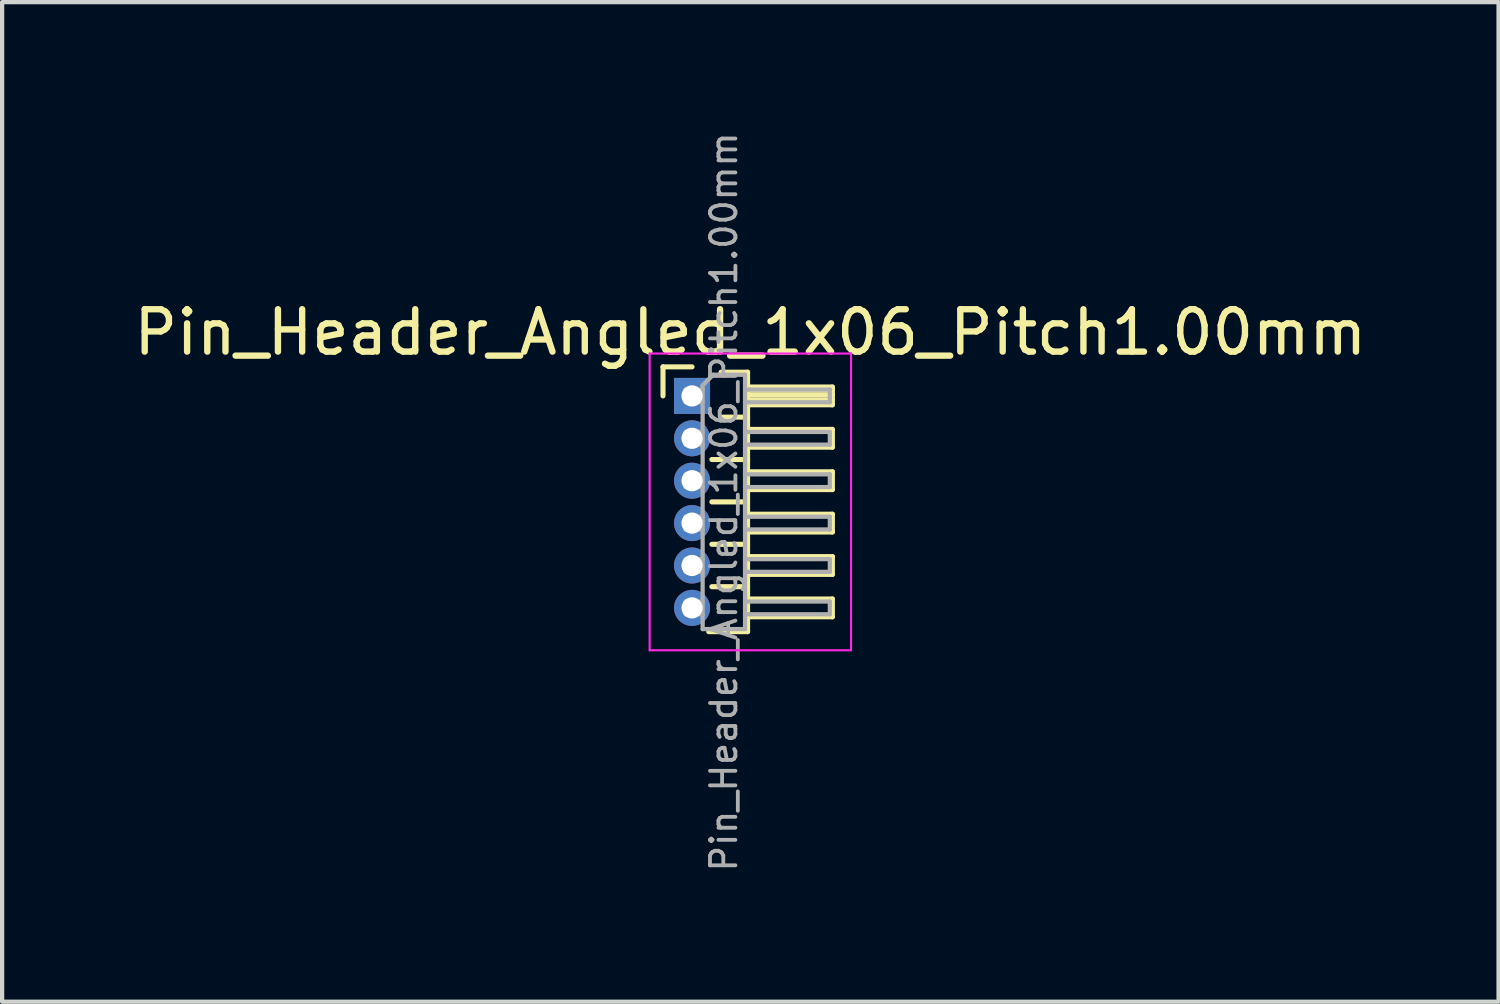
<source format=kicad_pcb>
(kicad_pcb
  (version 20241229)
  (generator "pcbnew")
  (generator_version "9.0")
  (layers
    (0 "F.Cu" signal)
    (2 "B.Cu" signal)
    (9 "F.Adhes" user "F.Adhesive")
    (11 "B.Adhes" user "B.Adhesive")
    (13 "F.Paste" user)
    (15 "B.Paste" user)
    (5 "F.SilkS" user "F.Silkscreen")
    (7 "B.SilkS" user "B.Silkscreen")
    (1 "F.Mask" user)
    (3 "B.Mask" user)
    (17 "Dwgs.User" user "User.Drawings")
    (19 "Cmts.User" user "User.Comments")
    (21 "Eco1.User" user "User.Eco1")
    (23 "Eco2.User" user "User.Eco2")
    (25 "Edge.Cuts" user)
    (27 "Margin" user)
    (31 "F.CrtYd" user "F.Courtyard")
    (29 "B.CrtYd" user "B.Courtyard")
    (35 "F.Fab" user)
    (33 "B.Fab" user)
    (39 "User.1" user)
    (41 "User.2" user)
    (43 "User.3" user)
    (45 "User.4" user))
  (footprint "Pin_Header_Angled_1x06_Pitch1.00mm"
    (layer "F.Cu")
    (at 13.274 6.289)
    (property "Reference" "Pin_Header_Angled_1x06_Pitch1.00mm" (at 1.375 -1.5 0) (layer "F.SilkS") (effects (font (size 1 1) (thickness 0.15))))
    (attr through_hole)
    (fp_line (start -0.685 -0.685) (end 0 -0.685) (stroke (width 0.12) (type solid)) (layer "F.SilkS"))
    (fp_line (start -0.685 0) (end -0.685 -0.685) (stroke (width 0.12) (type solid)) (layer "F.SilkS"))
    (fp_line (start 0.468 1.5) (end 1.31 1.5) (stroke (width 0.12) (type solid)) (layer "F.SilkS"))
    (fp_line (start 0.468 2.5) (end 1.31 2.5) (stroke (width 0.12) (type solid)) (layer "F.SilkS"))
    (fp_line (start 0.468 3.5) (end 1.31 3.5) (stroke (width 0.12) (type solid)) (layer "F.SilkS"))
    (fp_line (start 0.468 4.5) (end 1.31 4.5) (stroke (width 0.12) (type solid)) (layer "F.SilkS"))
    (fp_line (start 0.685 -0.56) (end 1.31 -0.56) (stroke (width 0.12) (type solid)) (layer "F.SilkS"))
    (fp_line (start 0.685 0.5) (end 1.31 0.5) (stroke (width 0.12) (type solid)) (layer "F.SilkS"))
    (fp_line (start 1.31 -0.56) (end 1.31 5.56) (stroke (width 0.12) (type solid)) (layer "F.SilkS"))
    (fp_line (start 1.31 -0.21) (end 3.31 -0.21) (stroke (width 0.12) (type solid)) (layer "F.SilkS"))
    (fp_line (start 1.31 -0.15) (end 3.31 -0.15) (stroke (width 0.12) (type solid)) (layer "F.SilkS"))
    (fp_line (start 1.31 -0.03) (end 3.31 -0.03) (stroke (width 0.12) (type solid)) (layer "F.SilkS"))
    (fp_line (start 1.31 0.09) (end 3.31 0.09) (stroke (width 0.12) (type solid)) (layer "F.SilkS"))
    (fp_line (start 1.31 0.79) (end 3.31 0.79) (stroke (width 0.12) (type solid)) (layer "F.SilkS"))
    (fp_line (start 1.31 1.79) (end 3.31 1.79) (stroke (width 0.12) (type solid)) (layer "F.SilkS"))
    (fp_line (start 1.31 2.79) (end 3.31 2.79) (stroke (width 0.12) (type solid)) (layer "F.SilkS"))
    (fp_line (start 1.31 3.79) (end 3.31 3.79) (stroke (width 0.12) (type solid)) (layer "F.SilkS"))
    (fp_line (start 1.31 4.79) (end 3.31 4.79) (stroke (width 0.12) (type solid)) (layer "F.SilkS"))
    (fp_line (start 1.31 5.56) (end 0.394 5.56) (stroke (width 0.12) (type solid)) (layer "F.SilkS"))
    (fp_line (start 3.31 -0.21) (end 3.31 0.21) (stroke (width 0.12) (type solid)) (layer "F.SilkS"))
    (fp_line (start 3.31 0.21) (end 1.31 0.21) (stroke (width 0.12) (type solid)) (layer "F.SilkS"))
    (fp_line (start 3.31 0.79) (end 3.31 1.21) (stroke (width 0.12) (type solid)) (layer "F.SilkS"))
    (fp_line (start 3.31 1.21) (end 1.31 1.21) (stroke (width 0.12) (type solid)) (layer "F.SilkS"))
    (fp_line (start 3.31 1.79) (end 3.31 2.21) (stroke (width 0.12) (type solid)) (layer "F.SilkS"))
    (fp_line (start 3.31 2.21) (end 1.31 2.21) (stroke (width 0.12) (type solid)) (layer "F.SilkS"))
    (fp_line (start 3.31 2.79) (end 3.31 3.21) (stroke (width 0.12) (type solid)) (layer "F.SilkS"))
    (fp_line (start 3.31 3.21) (end 1.31 3.21) (stroke (width 0.12) (type solid)) (layer "F.SilkS"))
    (fp_line (start 3.31 3.79) (end 3.31 4.21) (stroke (width 0.12) (type solid)) (layer "F.SilkS"))
    (fp_line (start 3.31 4.21) (end 1.31 4.21) (stroke (width 0.12) (type solid)) (layer "F.SilkS"))
    (fp_line (start 3.31 4.79) (end 3.31 5.21) (stroke (width 0.12) (type solid)) (layer "F.SilkS"))
    (fp_line (start 3.31 5.21) (end 1.31 5.21) (stroke (width 0.12) (type solid)) (layer "F.SilkS"))
    (fp_line (start -1 -1) (end -1 6) (stroke (width 0.05) (type solid)) (layer "F.CrtYd"))
    (fp_line (start -1 6) (end 3.75 6) (stroke (width 0.05) (type solid)) (layer "F.CrtYd"))
    (fp_line (start 3.75 -1) (end -1 -1) (stroke (width 0.05) (type solid)) (layer "F.CrtYd"))
    (fp_line (start 3.75 6) (end 3.75 -1) (stroke (width 0.05) (type solid)) (layer "F.CrtYd"))
    (fp_line (start -0.15 -0.15) (end -0.15 0.15) (stroke (width 0.1) (type solid)) (layer "F.Fab"))
    (fp_line (start -0.15 -0.15) (end 0.25 -0.15) (stroke (width 0.1) (type solid)) (layer "F.Fab"))
    (fp_line (start -0.15 0.15) (end 0.25 0.15) (stroke (width 0.1) (type solid)) (layer "F.Fab"))
    (fp_line (start -0.15 0.85) (end -0.15 1.15) (stroke (width 0.1) (type solid)) (layer "F.Fab"))
    (fp_line (start -0.15 0.85) (end 0.25 0.85) (stroke (width 0.1) (type solid)) (layer "F.Fab"))
    (fp_line (start -0.15 1.15) (end 0.25 1.15) (stroke (width 0.1) (type solid)) (layer "F.Fab"))
    (fp_line (start -0.15 1.85) (end -0.15 2.15) (stroke (width 0.1) (type solid)) (layer "F.Fab"))
    (fp_line (start -0.15 1.85) (end 0.25 1.85) (stroke (width 0.1) (type solid)) (layer "F.Fab"))
    (fp_line (start -0.15 2.15) (end 0.25 2.15) (stroke (width 0.1) (type solid)) (layer "F.Fab"))
    (fp_line (start -0.15 2.85) (end -0.15 3.15) (stroke (width 0.1) (type solid)) (layer "F.Fab"))
    (fp_line (start -0.15 2.85) (end 0.25 2.85) (stroke (width 0.1) (type solid)) (layer "F.Fab"))
    (fp_line (start -0.15 3.15) (end 0.25 3.15) (stroke (width 0.1) (type solid)) (layer "F.Fab"))
    (fp_line (start -0.15 3.85) (end -0.15 4.15) (stroke (width 0.1) (type solid)) (layer "F.Fab"))
    (fp_line (start -0.15 3.85) (end 0.25 3.85) (stroke (width 0.1) (type solid)) (layer "F.Fab"))
    (fp_line (start -0.15 4.15) (end 0.25 4.15) (stroke (width 0.1) (type solid)) (layer "F.Fab"))
    (fp_line (start -0.15 4.85) (end -0.15 5.15) (stroke (width 0.1) (type solid)) (layer "F.Fab"))
    (fp_line (start -0.15 4.85) (end 0.25 4.85) (stroke (width 0.1) (type solid)) (layer "F.Fab"))
    (fp_line (start -0.15 5.15) (end 0.25 5.15) (stroke (width 0.1) (type solid)) (layer "F.Fab"))
    (fp_line (start 0.25 -0.25) (end 0.5 -0.5) (stroke (width 0.1) (type solid)) (layer "F.Fab"))
    (fp_line (start 0.25 5.5) (end 0.25 -0.25) (stroke (width 0.1) (type solid)) (layer "F.Fab"))
    (fp_line (start 0.5 -0.5) (end 1.25 -0.5) (stroke (width 0.1) (type solid)) (layer "F.Fab"))
    (fp_line (start 1.25 -0.5) (end 1.25 5.5) (stroke (width 0.1) (type solid)) (layer "F.Fab"))
    (fp_line (start 1.25 -0.15) (end 3.25 -0.15) (stroke (width 0.1) (type solid)) (layer "F.Fab"))
    (fp_line (start 1.25 0.15) (end 3.25 0.15) (stroke (width 0.1) (type solid)) (layer "F.Fab"))
    (fp_line (start 1.25 0.85) (end 3.25 0.85) (stroke (width 0.1) (type solid)) (layer "F.Fab"))
    (fp_line (start 1.25 1.15) (end 3.25 1.15) (stroke (width 0.1) (type solid)) (layer "F.Fab"))
    (fp_line (start 1.25 1.85) (end 3.25 1.85) (stroke (width 0.1) (type solid)) (layer "F.Fab"))
    (fp_line (start 1.25 2.15) (end 3.25 2.15) (stroke (width 0.1) (type solid)) (layer "F.Fab"))
    (fp_line (start 1.25 2.85) (end 3.25 2.85) (stroke (width 0.1) (type solid)) (layer "F.Fab"))
    (fp_line (start 1.25 3.15) (end 3.25 3.15) (stroke (width 0.1) (type solid)) (layer "F.Fab"))
    (fp_line (start 1.25 3.85) (end 3.25 3.85) (stroke (width 0.1) (type solid)) (layer "F.Fab"))
    (fp_line (start 1.25 4.15) (end 3.25 4.15) (stroke (width 0.1) (type solid)) (layer "F.Fab"))
    (fp_line (start 1.25 4.85) (end 3.25 4.85) (stroke (width 0.1) (type solid)) (layer "F.Fab"))
    (fp_line (start 1.25 5.15) (end 3.25 5.15) (stroke (width 0.1) (type solid)) (layer "F.Fab"))
    (fp_line (start 1.25 5.5) (end 0.25 5.5) (stroke (width 0.1) (type solid)) (layer "F.Fab"))
    (fp_line (start 3.25 -0.15) (end 3.25 0.15) (stroke (width 0.1) (type solid)) (layer "F.Fab"))
    (fp_line (start 3.25 0.85) (end 3.25 1.15) (stroke (width 0.1) (type solid)) (layer "F.Fab"))
    (fp_line (start 3.25 1.85) (end 3.25 2.15) (stroke (width 0.1) (type solid)) (layer "F.Fab"))
    (fp_line (start 3.25 2.85) (end 3.25 3.15) (stroke (width 0.1) (type solid)) (layer "F.Fab"))
    (fp_line (start 3.25 3.85) (end 3.25 4.15) (stroke (width 0.1) (type solid)) (layer "F.Fab"))
    (fp_line (start 3.25 4.85) (end 3.25 5.15) (stroke (width 0.1) (type solid)) (layer "F.Fab"))
    (fp_text user "${REFERENCE}" (at 0.75 2.5 90) (layer "F.Fab") (effects (font (size 0.6 0.6) (thickness 0.09))))
    (pad "1" thru_hole rect (at 0 0) (size 0.85 0.85) (drill 0.5) (layers "*.Cu" "*.Mask"))
    (pad "2" thru_hole oval (at 0 1) (size 0.85 0.85) (drill 0.5) (layers "*.Cu" "*.Mask"))
    (pad "3" thru_hole oval (at 0 2) (size 0.85 0.85) (drill 0.5) (layers "*.Cu" "*.Mask"))
    (pad "4" thru_hole oval (at 0 3) (size 0.85 0.85) (drill 0.5) (layers "*.Cu" "*.Mask"))
    (pad "5" thru_hole oval (at 0 4) (size 0.85 0.85) (drill 0.5) (layers "*.Cu" "*.Mask"))
    (pad "6" thru_hole oval (at 0 5) (size 0.85 0.85) (drill 0.5) (layers "*.Cu" "*.Mask")))
  (gr_rect
    (start -3 -3)
    (end 32.298 20.579)
    (stroke (width 0.1) (type default))
    (fill no)
    (layer "Edge.Cuts")))
</source>
